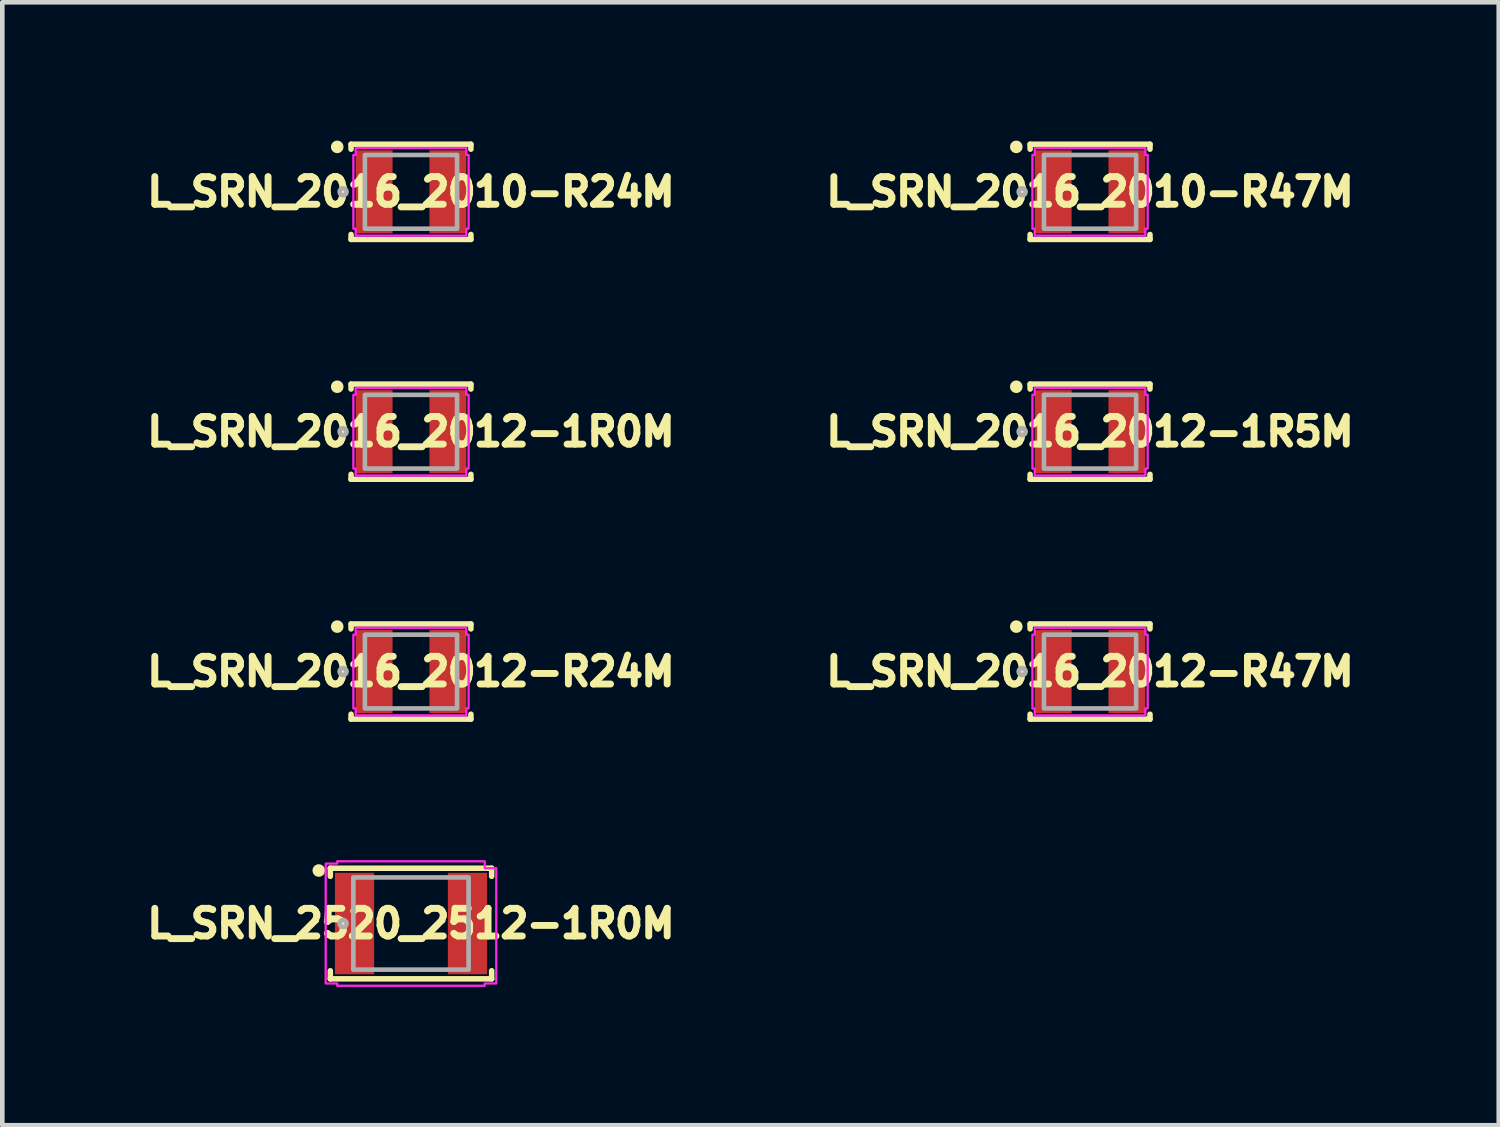
<source format=kicad_pcb>
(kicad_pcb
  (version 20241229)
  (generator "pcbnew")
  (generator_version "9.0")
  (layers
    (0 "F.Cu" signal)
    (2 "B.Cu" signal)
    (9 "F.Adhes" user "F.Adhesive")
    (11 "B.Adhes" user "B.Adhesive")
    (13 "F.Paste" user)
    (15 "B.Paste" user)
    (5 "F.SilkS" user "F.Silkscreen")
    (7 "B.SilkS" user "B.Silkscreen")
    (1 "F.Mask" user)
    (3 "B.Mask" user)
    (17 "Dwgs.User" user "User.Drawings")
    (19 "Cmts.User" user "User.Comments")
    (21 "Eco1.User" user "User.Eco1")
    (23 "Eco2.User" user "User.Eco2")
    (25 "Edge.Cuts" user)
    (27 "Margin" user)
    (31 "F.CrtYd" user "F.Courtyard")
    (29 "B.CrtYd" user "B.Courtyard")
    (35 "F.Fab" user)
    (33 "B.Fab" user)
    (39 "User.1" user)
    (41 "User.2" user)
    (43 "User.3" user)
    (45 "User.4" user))
  (footprint "L_SRN_2016_2012-R47M"
    (layer "F.Cu")
    (at 20.595 11.517)
    (property "Reference" "L_SRN_2016_2012-R47M" (at 0 0 0) (layer "F.SilkS") (effects (font (size 0.6 0.6) (thickness 0.15))))
    (attr smd)
    (fp_line (start -1.3 -0.925) (end -1.3 -1.032) (stroke (width 0.12) (type solid)) (layer "F.SilkS"))
    (fp_line (start -1.3 0.925) (end -1.3 1.032) (stroke (width 0.12) (type solid)) (layer "F.SilkS"))
    (fp_line (start -1.3 1.032) (end 1.3 1.032) (stroke (width 0.12) (type solid)) (layer "F.SilkS"))
    (fp_line (start 1.3 -1.032) (end -1.3 -1.032) (stroke (width 0.12) (type solid)) (layer "F.SilkS"))
    (fp_line (start 1.3 -0.925) (end 1.3 -1.032) (stroke (width 0.12) (type solid)) (layer "F.SilkS"))
    (fp_line (start 1.3 0.925) (end 1.3 1.032) (stroke (width 0.12) (type solid)) (layer "F.SilkS"))
    (fp_circle (center -1.6 -0.975) (end -1.524 -0.975) (stroke (width 0.12) (type solid)) (fill yes) (layer "F.SilkS"))
    (fp_poly (pts (xy -1.2 -0.8) (xy -1.25 -0.8) (xy -1.25 0.8) (xy -1.2 0.8) (xy -1.2 0.95) (xy 1.2 0.95) (xy 1.2 0.8) (xy 1.25 0.8) (xy 1.25 -0.8) (xy 1.2 -0.8) (xy 1.2 -0.95) (xy -1.2 -0.95)) (stroke (width 0.05) (type solid)) (fill no) (layer "F.CrtYd"))
    (fp_rect (start -1 -0.8) (end 1 0.8) (stroke (width 0.1) (type solid)) (fill no) (layer "F.Fab"))
    (fp_circle (center -1.473 0) (end -1.397 0) (stroke (width 0.1) (type solid)) (fill no) (layer "F.Fab"))
    (pad "1" smd rect (at -0.8 0) (size 0.8 1.8) (layers "F.Cu" "F.Mask" "F.Paste"))
    (pad "2" smd rect (at 0.8 0) (size 0.8 1.8) (layers "F.Cu" "F.Mask" "F.Paste")))
  (footprint "L_SRN_2016_2010-R24M"
    (layer "F.Cu")
    (at 5.865 1.111)
    (property "Reference" "L_SRN_2016_2010-R24M" (at 0 0 0) (layer "F.SilkS") (effects (font (size 0.6 0.6) (thickness 0.15))))
    (attr smd)
    (fp_line (start -1.3 -0.925) (end -1.3 -1.032) (stroke (width 0.12) (type solid)) (layer "F.SilkS"))
    (fp_line (start -1.3 0.925) (end -1.3 1.032) (stroke (width 0.12) (type solid)) (layer "F.SilkS"))
    (fp_line (start -1.3 1.032) (end 1.3 1.032) (stroke (width 0.12) (type solid)) (layer "F.SilkS"))
    (fp_line (start 1.3 -1.032) (end -1.3 -1.032) (stroke (width 0.12) (type solid)) (layer "F.SilkS"))
    (fp_line (start 1.3 -0.925) (end 1.3 -1.032) (stroke (width 0.12) (type solid)) (layer "F.SilkS"))
    (fp_line (start 1.3 0.925) (end 1.3 1.032) (stroke (width 0.12) (type solid)) (layer "F.SilkS"))
    (fp_circle (center -1.6 -0.975) (end -1.524 -0.975) (stroke (width 0.12) (type solid)) (fill yes) (layer "F.SilkS"))
    (fp_poly (pts (xy -1.2 -0.8) (xy -1.25 -0.8) (xy -1.25 0.8) (xy -1.2 0.8) (xy -1.2 0.95) (xy 1.2 0.95) (xy 1.2 0.8) (xy 1.25 0.8) (xy 1.25 -0.8) (xy 1.2 -0.8) (xy 1.2 -0.95) (xy -1.2 -0.95)) (stroke (width 0.05) (type solid)) (fill no) (layer "F.CrtYd"))
    (fp_rect (start -1 -0.8) (end 1 0.8) (stroke (width 0.1) (type solid)) (fill no) (layer "F.Fab"))
    (fp_circle (center -1.473 0) (end -1.397 0) (stroke (width 0.1) (type solid)) (fill no) (layer "F.Fab"))
    (pad "1" smd rect (at -0.8 0) (size 0.8 1.8) (layers "F.Cu" "F.Mask" "F.Paste"))
    (pad "2" smd rect (at 0.8 0) (size 0.8 1.8) (layers "F.Cu" "F.Mask" "F.Paste")))
  (footprint "L_SRN_2016_2010-R47M"
    (layer "F.Cu")
    (at 20.595 1.111)
    (property "Reference" "L_SRN_2016_2010-R47M" (at 0 0 0) (layer "F.SilkS") (effects (font (size 0.6 0.6) (thickness 0.15))))
    (attr smd)
    (fp_line (start -1.3 -0.925) (end -1.3 -1.032) (stroke (width 0.12) (type solid)) (layer "F.SilkS"))
    (fp_line (start -1.3 0.925) (end -1.3 1.032) (stroke (width 0.12) (type solid)) (layer "F.SilkS"))
    (fp_line (start -1.3 1.032) (end 1.3 1.032) (stroke (width 0.12) (type solid)) (layer "F.SilkS"))
    (fp_line (start 1.3 -1.032) (end -1.3 -1.032) (stroke (width 0.12) (type solid)) (layer "F.SilkS"))
    (fp_line (start 1.3 -0.925) (end 1.3 -1.032) (stroke (width 0.12) (type solid)) (layer "F.SilkS"))
    (fp_line (start 1.3 0.925) (end 1.3 1.032) (stroke (width 0.12) (type solid)) (layer "F.SilkS"))
    (fp_circle (center -1.6 -0.975) (end -1.524 -0.975) (stroke (width 0.12) (type solid)) (fill yes) (layer "F.SilkS"))
    (fp_poly (pts (xy -1.2 -0.8) (xy -1.25 -0.8) (xy -1.25 0.8) (xy -1.2 0.8) (xy -1.2 0.95) (xy 1.2 0.95) (xy 1.2 0.8) (xy 1.25 0.8) (xy 1.25 -0.8) (xy 1.2 -0.8) (xy 1.2 -0.95) (xy -1.2 -0.95)) (stroke (width 0.05) (type solid)) (fill no) (layer "F.CrtYd"))
    (fp_rect (start -1 -0.8) (end 1 0.8) (stroke (width 0.1) (type solid)) (fill no) (layer "F.Fab"))
    (fp_circle (center -1.473 0) (end -1.397 0) (stroke (width 0.1) (type solid)) (fill no) (layer "F.Fab"))
    (pad "1" smd rect (at -0.8 0) (size 0.8 1.8) (layers "F.Cu" "F.Mask" "F.Paste"))
    (pad "2" smd rect (at 0.8 0) (size 0.8 1.8) (layers "F.Cu" "F.Mask" "F.Paste")))
  (footprint "L_SRN_2016_2012-R24M"
    (layer "F.Cu")
    (at 5.865 11.517)
    (property "Reference" "L_SRN_2016_2012-R24M" (at 0 0 0) (layer "F.SilkS") (effects (font (size 0.6 0.6) (thickness 0.15))))
    (attr smd)
    (fp_line (start -1.3 -0.925) (end -1.3 -1.032) (stroke (width 0.12) (type solid)) (layer "F.SilkS"))
    (fp_line (start -1.3 0.925) (end -1.3 1.032) (stroke (width 0.12) (type solid)) (layer "F.SilkS"))
    (fp_line (start -1.3 1.032) (end 1.3 1.032) (stroke (width 0.12) (type solid)) (layer "F.SilkS"))
    (fp_line (start 1.3 -1.032) (end -1.3 -1.032) (stroke (width 0.12) (type solid)) (layer "F.SilkS"))
    (fp_line (start 1.3 -0.925) (end 1.3 -1.032) (stroke (width 0.12) (type solid)) (layer "F.SilkS"))
    (fp_line (start 1.3 0.925) (end 1.3 1.032) (stroke (width 0.12) (type solid)) (layer "F.SilkS"))
    (fp_circle (center -1.6 -0.975) (end -1.524 -0.975) (stroke (width 0.12) (type solid)) (fill yes) (layer "F.SilkS"))
    (fp_poly (pts (xy -1.2 -0.8) (xy -1.25 -0.8) (xy -1.25 0.8) (xy -1.2 0.8) (xy -1.2 0.95) (xy 1.2 0.95) (xy 1.2 0.8) (xy 1.25 0.8) (xy 1.25 -0.8) (xy 1.2 -0.8) (xy 1.2 -0.95) (xy -1.2 -0.95)) (stroke (width 0.05) (type solid)) (fill no) (layer "F.CrtYd"))
    (fp_rect (start -1 -0.8) (end 1 0.8) (stroke (width 0.1) (type solid)) (fill no) (layer "F.Fab"))
    (fp_circle (center -1.473 0) (end -1.397 0) (stroke (width 0.1) (type solid)) (fill no) (layer "F.Fab"))
    (pad "1" smd rect (at -0.8 0) (size 0.8 1.8) (layers "F.Cu" "F.Mask" "F.Paste"))
    (pad "2" smd rect (at 0.8 0) (size 0.8 1.8) (layers "F.Cu" "F.Mask" "F.Paste")))
  (footprint "L_SRN_2520_2512-1R0M"
    (layer "F.Cu")
    (at 5.865 16.983)
    (property "Reference" "L_SRN_2520_2512-1R0M" (at 0 0 0) (layer "F.SilkS") (effects (font (size 0.6 0.6) (thickness 0.15))))
    (attr smd)
    (fp_line (start -1.75 -1.024) (end -1.75 -1.2) (stroke (width 0.12) (type solid)) (layer "F.SilkS"))
    (fp_line (start -1.75 1.024) (end -1.75 1.2) (stroke (width 0.12) (type solid)) (layer "F.SilkS"))
    (fp_line (start -1.75 1.2) (end 1.75 1.2) (stroke (width 0.12) (type solid)) (layer "F.SilkS"))
    (fp_line (start 1.75 -1.2) (end -1.75 -1.2) (stroke (width 0.12) (type solid)) (layer "F.SilkS"))
    (fp_line (start 1.75 -1.024) (end 1.75 -1.2) (stroke (width 0.12) (type solid)) (layer "F.SilkS"))
    (fp_line (start 1.75 1.024) (end 1.75 1.2) (stroke (width 0.12) (type solid)) (layer "F.SilkS"))
    (fp_circle (center -2 -1.15) (end -1.924 -1.15) (stroke (width 0.12) (type solid)) (fill yes) (layer "F.SilkS"))
    (fp_poly (pts (xy -1.6 1.3) (xy -1.6 1.35) (xy 1.6 1.35) (xy 1.6 1.3) (xy 1.85 1.3) (xy 1.85 -1.2) (xy 1.6 -1.2) (xy 1.6 -1.35) (xy -1.6 -1.35) (xy -1.6 -1.3) (xy -1.85 -1.3) (xy -1.85 1.3)) (stroke (width 0.05) (type solid)) (fill no) (layer "F.CrtYd"))
    (fp_rect (start -1.25 1) (end 1.25 -1) (stroke (width 0.1) (type solid)) (fill no) (layer "F.Fab"))
    (fp_circle (center -1.473 0) (end -1.397 0) (stroke (width 0.1) (type solid)) (fill no) (layer "F.Fab"))
    (pad "1" smd rect (at -1.225 0) (size 0.85 2.2) (layers "F.Cu" "F.Mask" "F.Paste"))
    (pad "2" smd rect (at 1.225 0) (size 0.85 2.2) (layers "F.Cu" "F.Mask" "F.Paste")))
  (footprint "L_SRN_2016_2012-1R5M"
    (layer "F.Cu")
    (at 20.595 6.314)
    (property "Reference" "L_SRN_2016_2012-1R5M" (at 0 0 0) (layer "F.SilkS") (effects (font (size 0.6 0.6) (thickness 0.15))))
    (attr smd)
    (fp_line (start -1.3 -0.925) (end -1.3 -1.032) (stroke (width 0.12) (type solid)) (layer "F.SilkS"))
    (fp_line (start -1.3 0.925) (end -1.3 1.032) (stroke (width 0.12) (type solid)) (layer "F.SilkS"))
    (fp_line (start -1.3 1.032) (end 1.3 1.032) (stroke (width 0.12) (type solid)) (layer "F.SilkS"))
    (fp_line (start 1.3 -1.032) (end -1.3 -1.032) (stroke (width 0.12) (type solid)) (layer "F.SilkS"))
    (fp_line (start 1.3 -0.925) (end 1.3 -1.032) (stroke (width 0.12) (type solid)) (layer "F.SilkS"))
    (fp_line (start 1.3 0.925) (end 1.3 1.032) (stroke (width 0.12) (type solid)) (layer "F.SilkS"))
    (fp_circle (center -1.6 -0.975) (end -1.524 -0.975) (stroke (width 0.12) (type solid)) (fill yes) (layer "F.SilkS"))
    (fp_poly (pts (xy -1.2 -0.8) (xy -1.25 -0.8) (xy -1.25 0.8) (xy -1.2 0.8) (xy -1.2 0.95) (xy 1.2 0.95) (xy 1.2 0.8) (xy 1.25 0.8) (xy 1.25 -0.8) (xy 1.2 -0.8) (xy 1.2 -0.95) (xy -1.2 -0.95)) (stroke (width 0.05) (type solid)) (fill no) (layer "F.CrtYd"))
    (fp_rect (start -1 -0.8) (end 1 0.8) (stroke (width 0.1) (type solid)) (fill no) (layer "F.Fab"))
    (fp_circle (center -1.473 0) (end -1.397 0) (stroke (width 0.1) (type solid)) (fill no) (layer "F.Fab"))
    (pad "1" smd rect (at -0.8 0) (size 0.8 1.8) (layers "F.Cu" "F.Mask" "F.Paste"))
    (pad "2" smd rect (at 0.8 0) (size 0.8 1.8) (layers "F.Cu" "F.Mask" "F.Paste")))
  (footprint "L_SRN_2016_2012-1R0M"
    (layer "F.Cu")
    (at 5.865 6.314)
    (property "Reference" "L_SRN_2016_2012-1R0M" (at 0 0 0) (layer "F.SilkS") (effects (font (size 0.6 0.6) (thickness 0.15))))
    (attr smd)
    (fp_line (start -1.3 -0.925) (end -1.3 -1.032) (stroke (width 0.12) (type solid)) (layer "F.SilkS"))
    (fp_line (start -1.3 0.925) (end -1.3 1.032) (stroke (width 0.12) (type solid)) (layer "F.SilkS"))
    (fp_line (start -1.3 1.032) (end 1.3 1.032) (stroke (width 0.12) (type solid)) (layer "F.SilkS"))
    (fp_line (start 1.3 -1.032) (end -1.3 -1.032) (stroke (width 0.12) (type solid)) (layer "F.SilkS"))
    (fp_line (start 1.3 -0.925) (end 1.3 -1.032) (stroke (width 0.12) (type solid)) (layer "F.SilkS"))
    (fp_line (start 1.3 0.925) (end 1.3 1.032) (stroke (width 0.12) (type solid)) (layer "F.SilkS"))
    (fp_circle (center -1.6 -0.975) (end -1.524 -0.975) (stroke (width 0.12) (type solid)) (fill yes) (layer "F.SilkS"))
    (fp_poly (pts (xy -1.2 -0.8) (xy -1.25 -0.8) (xy -1.25 0.8) (xy -1.2 0.8) (xy -1.2 0.95) (xy 1.2 0.95) (xy 1.2 0.8) (xy 1.25 0.8) (xy 1.25 -0.8) (xy 1.2 -0.8) (xy 1.2 -0.95) (xy -1.2 -0.95)) (stroke (width 0.05) (type solid)) (fill no) (layer "F.CrtYd"))
    (fp_rect (start -1 -0.8) (end 1 0.8) (stroke (width 0.1) (type solid)) (fill no) (layer "F.Fab"))
    (fp_circle (center -1.473 0) (end -1.397 0) (stroke (width 0.1) (type solid)) (fill no) (layer "F.Fab"))
    (pad "1" smd rect (at -0.8 0) (size 0.8 1.8) (layers "F.Cu" "F.Mask" "F.Paste"))
    (pad "2" smd rect (at 0.8 0) (size 0.8 1.8) (layers "F.Cu" "F.Mask" "F.Paste")))
  (gr_rect
    (start -3 -3)
    (end 29.46 21.358)
    (stroke (width 0.1) (type default))
    (fill no)
    (layer "Edge.Cuts")))
</source>
